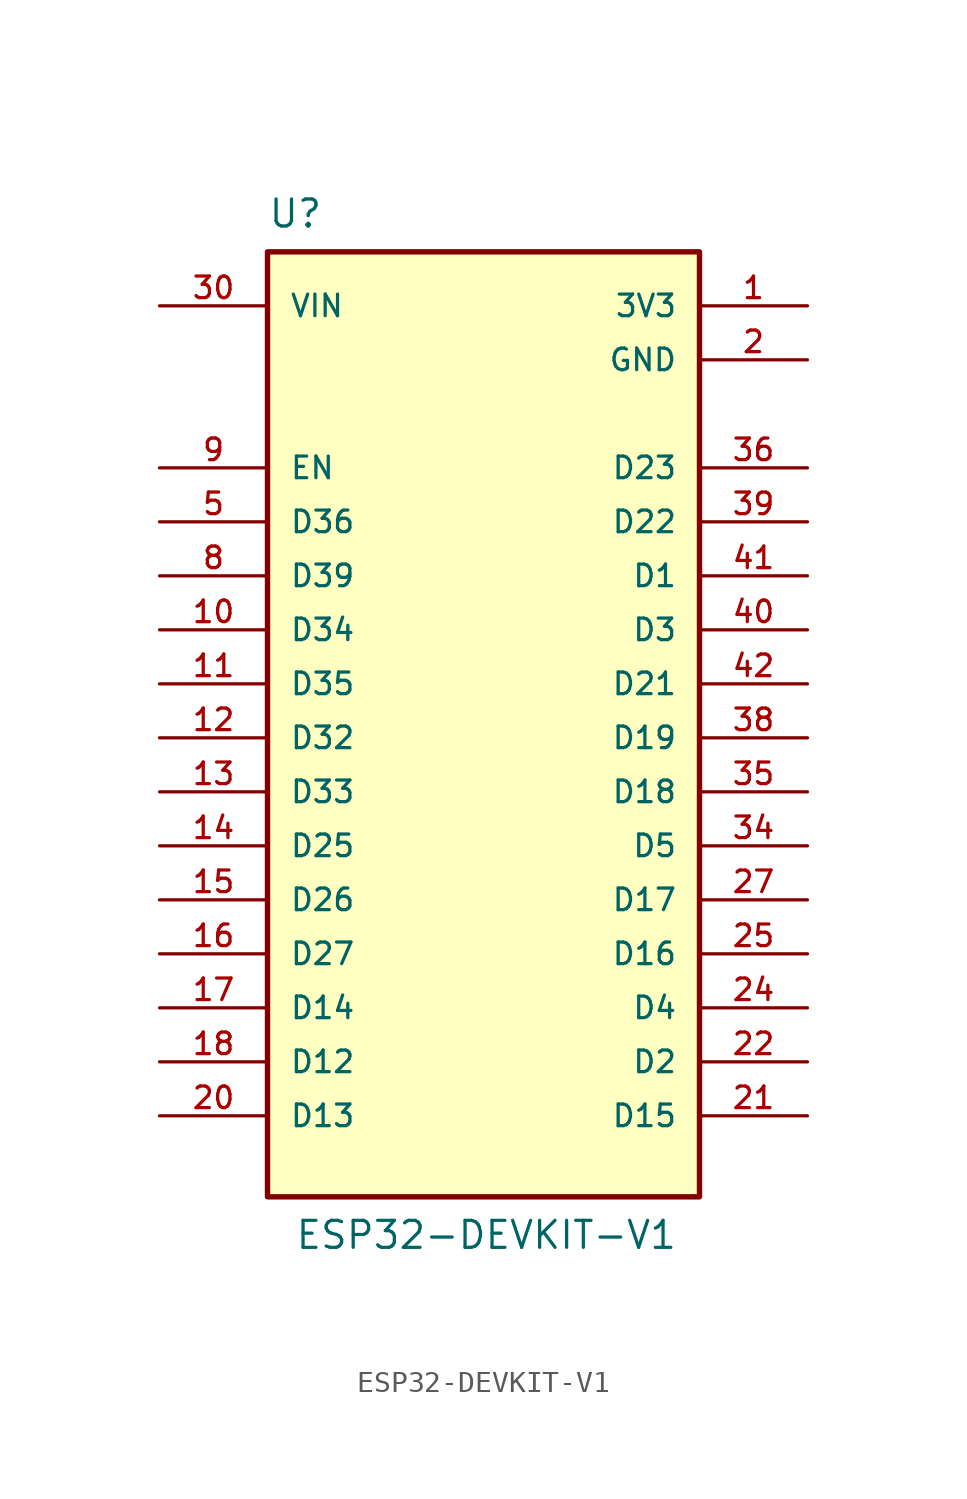
<source format=kicad_sym>
(kicad_symbol_lib
  (version 20211014)
  (generator kicad_symbol_editor)
  (symbol "ESP32-DEVKIT-V1"
    (pin_names
      (offset 1.016))
    (property "Reference" "U"
      (at -10.16 30.48 0)
      (effects (font (size 1.27 1.27)) (justify left top)))
    (property "Value" "ESP32-DEVKIT-V1"
      (at -8.89 -19.05 0)
      (effects (font (size 1.27 1.27)) (justify left bottom)))
    (symbol "ESP32-DEVKIT-V1_0_0"
      (rectangle (start -10.16 27.94) (end 10.16 -16.51) (stroke (width 0.254) (type default) (color 0 0 0 0)) (fill (type background)))
      (pin output line (at 15.24 25.4 180) (length 5.08) (name "3V3" (effects (font (size 1.016 1.016)))) (number "1" (effects (font (size 1.016 1.016)))))
      (pin bidirectional line (at -15.24 10.16 0) (length 5.08) (name "D34" (effects (font (size 1.016 1.016)))) (number "10" (effects (font (size 1.016 1.016)))))
      (pin bidirectional line (at -15.24 7.62 0) (length 5.08) (name "D35" (effects (font (size 1.016 1.016)))) (number "11" (effects (font (size 1.016 1.016)))))
      (pin bidirectional line (at -15.24 5.08 0) (length 5.08) (name "D32" (effects (font (size 1.016 1.016)))) (number "12" (effects (font (size 1.016 1.016)))))
      (pin bidirectional line (at -15.24 2.54 0) (length 5.08) (name "D33" (effects (font (size 1.016 1.016)))) (number "13" (effects (font (size 1.016 1.016)))))
      (pin bidirectional line (at -15.24 0 0) (length 5.08) (name "D25" (effects (font (size 1.016 1.016)))) (number "14" (effects (font (size 1.016 1.016)))))
      (pin bidirectional line (at -15.24 -2.54 0) (length 5.08) (name "D26" (effects (font (size 1.016 1.016)))) (number "15" (effects (font (size 1.016 1.016)))))
      (pin bidirectional line (at -15.24 -5.08 0) (length 5.08) (name "D27" (effects (font (size 1.016 1.016)))) (number "16" (effects (font (size 1.016 1.016)))))
      (pin bidirectional line (at -15.24 -7.62 0) (length 5.08) (name "D14" (effects (font (size 1.016 1.016)))) (number "17" (effects (font (size 1.016 1.016)))))
      (pin bidirectional line (at -15.24 -10.16 0) (length 5.08) (name "D12" (effects (font (size 1.016 1.016)))) (number "18" (effects (font (size 1.016 1.016)))))
      (pin power_in line (at 15.24 22.86 180) (length 5.08) (name "GND" (effects (font (size 1.016 1.016)))) (number "2" (effects (font (size 1.016 1.016)))))
      (pin bidirectional line (at -15.24 -12.7 0) (length 5.08) (name "D13" (effects (font (size 1.016 1.016)))) (number "20" (effects (font (size 1.016 1.016)))))
      (pin bidirectional line (at 15.24 -12.7 180) (length 5.08) (name "D15" (effects (font (size 1.016 1.016)))) (number "21" (effects (font (size 1.016 1.016)))))
      (pin bidirectional line (at 15.24 -10.16 180) (length 5.08) (name "D2" (effects (font (size 1.016 1.016)))) (number "22" (effects (font (size 1.016 1.016)))))
      (pin bidirectional line (at 15.24 -7.62 180) (length 5.08) (name "D4" (effects (font (size 1.016 1.016)))) (number "24" (effects (font (size 1.016 1.016)))))
      (pin bidirectional line (at 15.24 -5.08 180) (length 5.08) (name "D16" (effects (font (size 1.016 1.016)))) (number "25" (effects (font (size 1.016 1.016)))))
      (pin bidirectional line (at 15.24 -2.54 180) (length 5.08) (name "D17" (effects (font (size 1.016 1.016)))) (number "27" (effects (font (size 1.016 1.016)))))
      (pin input line (at -15.24 25.4 0) (length 5.08) (name "VIN" (effects (font (size 1.016 1.016)))) (number "30" (effects (font (size 1.016 1.016)))))
      (pin bidirectional line (at 15.24 0 180) (length 5.08) (name "D5" (effects (font (size 1.016 1.016)))) (number "34" (effects (font (size 1.016 1.016)))))
      (pin bidirectional line (at 15.24 2.54 180) (length 5.08) (name "D18" (effects (font (size 1.016 1.016)))) (number "35" (effects (font (size 1.016 1.016)))))
      (pin bidirectional line (at 15.24 17.78 180) (length 5.08) (name "D23" (effects (font (size 1.016 1.016)))) (number "36" (effects (font (size 1.016 1.016)))))
      (pin bidirectional line (at 15.24 5.08 180) (length 5.08) (name "D19" (effects (font (size 1.016 1.016)))) (number "38" (effects (font (size 1.016 1.016)))))
      (pin bidirectional line (at 15.24 15.24 180) (length 5.08) (name "D22" (effects (font (size 1.016 1.016)))) (number "39" (effects (font (size 1.016 1.016)))))
      (pin bidirectional line (at 15.24 10.16 180) (length 5.08) (name "D3" (effects (font (size 1.016 1.016)))) (number "40" (effects (font (size 1.016 1.016)))))
      (pin bidirectional line (at 15.24 12.7 180) (length 5.08) (name "D1" (effects (font (size 1.016 1.016)))) (number "41" (effects (font (size 1.016 1.016)))))
      (pin bidirectional line (at 15.24 7.62 180) (length 5.08) (name "D21" (effects (font (size 1.016 1.016)))) (number "42" (effects (font (size 1.016 1.016)))))
      (pin bidirectional line (at -15.24 15.24 0) (length 5.08) (name "D36" (effects (font (size 1.016 1.016)))) (number "5" (effects (font (size 1.016 1.016)))))
      (pin bidirectional line (at -15.24 12.7 0) (length 5.08) (name "D39" (effects (font (size 1.016 1.016)))) (number "8" (effects (font (size 1.016 1.016)))))
      (pin input line (at -15.24 17.78 0) (length 5.08) (name "EN" (effects (font (size 1.016 1.016)))) (number "9" (effects (font (size 1.016 1.016))))))))
</source>
